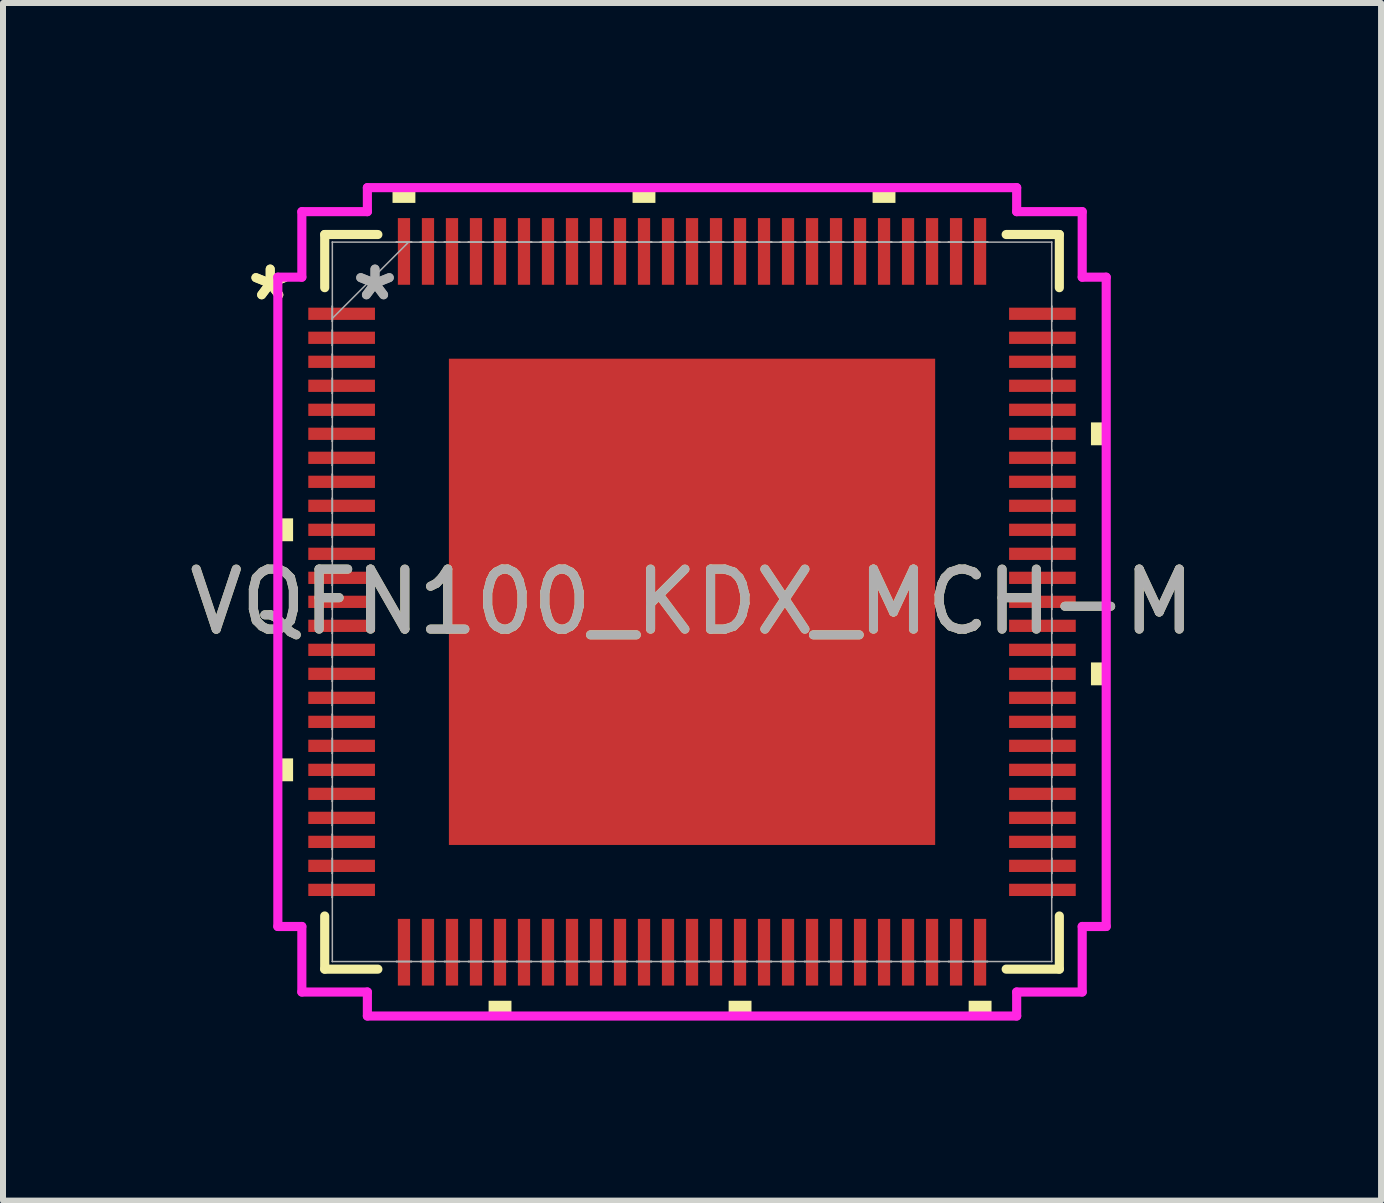
<source format=kicad_pcb>
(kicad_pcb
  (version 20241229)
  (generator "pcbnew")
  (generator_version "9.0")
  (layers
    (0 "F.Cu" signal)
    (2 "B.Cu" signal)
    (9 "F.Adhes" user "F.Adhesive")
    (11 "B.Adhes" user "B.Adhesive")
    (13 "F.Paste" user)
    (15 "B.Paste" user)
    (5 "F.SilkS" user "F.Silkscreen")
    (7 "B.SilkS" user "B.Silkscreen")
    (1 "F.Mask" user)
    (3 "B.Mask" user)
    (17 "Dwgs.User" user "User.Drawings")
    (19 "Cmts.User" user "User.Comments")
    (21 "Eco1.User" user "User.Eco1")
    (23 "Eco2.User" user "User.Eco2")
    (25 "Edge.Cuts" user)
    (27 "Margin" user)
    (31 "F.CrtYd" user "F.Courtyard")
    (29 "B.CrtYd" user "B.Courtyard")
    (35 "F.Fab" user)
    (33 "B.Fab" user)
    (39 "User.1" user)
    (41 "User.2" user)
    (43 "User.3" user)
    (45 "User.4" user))
  (footprint "VQFN100_KDX_MCH-M"
    (layer "F.Cu")
    (at 8.482 6.979)
    (property "Reference" "VQFN100_KDX_MCH-M" (at 0 0 0) (unlocked yes) (layer "F.SilkS") (effects (font (size 1 1) (thickness 0.15))))
    (attr smd)
    (fp_line (start -6.121 -6.121) (end -6.121 -5.235) (stroke (width 0.152) (type solid)) (layer "F.SilkS"))
    (fp_line (start -6.121 5.235) (end -6.121 6.121) (stroke (width 0.152) (type solid)) (layer "F.SilkS"))
    (fp_line (start -6.121 6.121) (end -5.235 6.121) (stroke (width 0.152) (type solid)) (layer "F.SilkS"))
    (fp_line (start -5.235 -6.121) (end -6.121 -6.121) (stroke (width 0.152) (type solid)) (layer "F.SilkS"))
    (fp_line (start 5.235 6.121) (end 6.121 6.121) (stroke (width 0.152) (type solid)) (layer "F.SilkS"))
    (fp_line (start 6.121 -6.121) (end 5.235 -6.121) (stroke (width 0.152) (type solid)) (layer "F.SilkS"))
    (fp_line (start 6.121 -5.235) (end 6.121 -6.121) (stroke (width 0.152) (type solid)) (layer "F.SilkS"))
    (fp_line (start 6.121 6.121) (end 6.121 5.235) (stroke (width 0.152) (type solid)) (layer "F.SilkS"))
    (fp_poly (pts (xy -6.902 -1.391) (xy -6.902 -1.01) (xy -6.648 -1.01) (xy -6.648 -1.391)) (stroke (width 0) (type solid)) (fill yes) (layer "F.SilkS"))
    (fp_poly (pts (xy -6.902 2.609) (xy -6.902 2.99) (xy -6.648 2.99) (xy -6.648 2.609)) (stroke (width 0) (type solid)) (fill yes) (layer "F.SilkS"))
    (fp_poly (pts (xy -4.991 -6.648) (xy -4.991 -6.902) (xy -4.61 -6.902) (xy -4.61 -6.648)) (stroke (width 0) (type solid)) (fill yes) (layer "F.SilkS"))
    (fp_poly (pts (xy -3.39 6.648) (xy -3.39 6.902) (xy -3.009 6.902) (xy -3.009 6.648)) (stroke (width 0) (type solid)) (fill yes) (layer "F.SilkS"))
    (fp_poly (pts (xy -0.991 -6.648) (xy -0.991 -6.902) (xy -0.61 -6.902) (xy -0.61 -6.648)) (stroke (width 0) (type solid)) (fill yes) (layer "F.SilkS"))
    (fp_poly (pts (xy 0.61 6.648) (xy 0.61 6.902) (xy 0.991 6.902) (xy 0.991 6.648)) (stroke (width 0) (type solid)) (fill yes) (layer "F.SilkS"))
    (fp_poly (pts (xy 3.009 -6.648) (xy 3.009 -6.902) (xy 3.39 -6.902) (xy 3.39 -6.648)) (stroke (width 0) (type solid)) (fill yes) (layer "F.SilkS"))
    (fp_poly (pts (xy 4.61 6.648) (xy 4.61 6.902) (xy 4.991 6.902) (xy 4.991 6.648)) (stroke (width 0) (type solid)) (fill yes) (layer "F.SilkS"))
    (fp_poly (pts (xy 6.902 -2.99) (xy 6.902 -2.609) (xy 6.648 -2.609) (xy 6.648 -2.99)) (stroke (width 0) (type solid)) (fill yes) (layer "F.SilkS"))
    (fp_poly (pts (xy 6.902 1.01) (xy 6.902 1.391) (xy 6.648 1.391) (xy 6.648 1.01)) (stroke (width 0) (type solid)) (fill yes) (layer "F.SilkS"))
    (fp_poly (pts (xy -3.951 -3.951) (xy -3.951 -2.801) (xy -2.801 -2.801) (xy -2.801 -3.951)) (stroke (width 0) (type solid)) (fill yes) (layer "F.Paste"))
    (fp_poly (pts (xy -3.951 -2.601) (xy -3.951 -1.45) (xy -2.801 -1.45) (xy -2.801 -2.601)) (stroke (width 0) (type solid)) (fill yes) (layer "F.Paste"))
    (fp_poly (pts (xy -3.951 -1.25) (xy -3.951 -0.1) (xy -2.801 -0.1) (xy -2.801 -1.25)) (stroke (width 0) (type solid)) (fill yes) (layer "F.Paste"))
    (fp_poly (pts (xy -3.951 0.1) (xy -3.951 1.25) (xy -2.801 1.25) (xy -2.801 0.1)) (stroke (width 0) (type solid)) (fill yes) (layer "F.Paste"))
    (fp_poly (pts (xy -3.951 1.45) (xy -3.951 2.601) (xy -2.801 2.601) (xy -2.801 1.45)) (stroke (width 0) (type solid)) (fill yes) (layer "F.Paste"))
    (fp_poly (pts (xy -3.951 2.801) (xy -3.951 3.951) (xy -2.801 3.951) (xy -2.801 2.801)) (stroke (width 0) (type solid)) (fill yes) (layer "F.Paste"))
    (fp_poly (pts (xy -2.601 -3.951) (xy -2.601 -2.801) (xy -1.45 -2.801) (xy -1.45 -3.951)) (stroke (width 0) (type solid)) (fill yes) (layer "F.Paste"))
    (fp_poly (pts (xy -2.601 -2.601) (xy -2.601 -1.45) (xy -1.45 -1.45) (xy -1.45 -2.601)) (stroke (width 0) (type solid)) (fill yes) (layer "F.Paste"))
    (fp_poly (pts (xy -2.601 -1.25) (xy -2.601 -0.1) (xy -1.45 -0.1) (xy -1.45 -1.25)) (stroke (width 0) (type solid)) (fill yes) (layer "F.Paste"))
    (fp_poly (pts (xy -2.601 0.1) (xy -2.601 1.25) (xy -1.45 1.25) (xy -1.45 0.1)) (stroke (width 0) (type solid)) (fill yes) (layer "F.Paste"))
    (fp_poly (pts (xy -2.601 1.45) (xy -2.601 2.601) (xy -1.45 2.601) (xy -1.45 1.45)) (stroke (width 0) (type solid)) (fill yes) (layer "F.Paste"))
    (fp_poly (pts (xy -2.601 2.801) (xy -2.601 3.951) (xy -1.45 3.951) (xy -1.45 2.801)) (stroke (width 0) (type solid)) (fill yes) (layer "F.Paste"))
    (fp_poly (pts (xy -1.25 -3.951) (xy -1.25 -2.801) (xy -0.1 -2.801) (xy -0.1 -3.951)) (stroke (width 0) (type solid)) (fill yes) (layer "F.Paste"))
    (fp_poly (pts (xy -1.25 -2.601) (xy -1.25 -1.45) (xy -0.1 -1.45) (xy -0.1 -2.601)) (stroke (width 0) (type solid)) (fill yes) (layer "F.Paste"))
    (fp_poly (pts (xy -1.25 -1.25) (xy -1.25 -0.1) (xy -0.1 -0.1) (xy -0.1 -1.25)) (stroke (width 0) (type solid)) (fill yes) (layer "F.Paste"))
    (fp_poly (pts (xy -1.25 0.1) (xy -1.25 1.25) (xy -0.1 1.25) (xy -0.1 0.1)) (stroke (width 0) (type solid)) (fill yes) (layer "F.Paste"))
    (fp_poly (pts (xy -1.25 1.45) (xy -1.25 2.601) (xy -0.1 2.601) (xy -0.1 1.45)) (stroke (width 0) (type solid)) (fill yes) (layer "F.Paste"))
    (fp_poly (pts (xy -1.25 2.801) (xy -1.25 3.951) (xy -0.1 3.951) (xy -0.1 2.801)) (stroke (width 0) (type solid)) (fill yes) (layer "F.Paste"))
    (fp_poly (pts (xy 0.1 -3.951) (xy 0.1 -2.801) (xy 1.25 -2.801) (xy 1.25 -3.951)) (stroke (width 0) (type solid)) (fill yes) (layer "F.Paste"))
    (fp_poly (pts (xy 0.1 -2.601) (xy 0.1 -1.45) (xy 1.25 -1.45) (xy 1.25 -2.601)) (stroke (width 0) (type solid)) (fill yes) (layer "F.Paste"))
    (fp_poly (pts (xy 0.1 -1.25) (xy 0.1 -0.1) (xy 1.25 -0.1) (xy 1.25 -1.25)) (stroke (width 0) (type solid)) (fill yes) (layer "F.Paste"))
    (fp_poly (pts (xy 0.1 0.1) (xy 0.1 1.25) (xy 1.25 1.25) (xy 1.25 0.1)) (stroke (width 0) (type solid)) (fill yes) (layer "F.Paste"))
    (fp_poly (pts (xy 0.1 1.45) (xy 0.1 2.601) (xy 1.25 2.601) (xy 1.25 1.45)) (stroke (width 0) (type solid)) (fill yes) (layer "F.Paste"))
    (fp_poly (pts (xy 0.1 2.801) (xy 0.1 3.951) (xy 1.25 3.951) (xy 1.25 2.801)) (stroke (width 0) (type solid)) (fill yes) (layer "F.Paste"))
    (fp_poly (pts (xy 1.45 -3.951) (xy 1.45 -2.801) (xy 2.601 -2.801) (xy 2.601 -3.951)) (stroke (width 0) (type solid)) (fill yes) (layer "F.Paste"))
    (fp_poly (pts (xy 1.45 -2.601) (xy 1.45 -1.45) (xy 2.601 -1.45) (xy 2.601 -2.601)) (stroke (width 0) (type solid)) (fill yes) (layer "F.Paste"))
    (fp_poly (pts (xy 1.45 -1.25) (xy 1.45 -0.1) (xy 2.601 -0.1) (xy 2.601 -1.25)) (stroke (width 0) (type solid)) (fill yes) (layer "F.Paste"))
    (fp_poly (pts (xy 1.45 0.1) (xy 1.45 1.25) (xy 2.601 1.25) (xy 2.601 0.1)) (stroke (width 0) (type solid)) (fill yes) (layer "F.Paste"))
    (fp_poly (pts (xy 1.45 1.45) (xy 1.45 2.601) (xy 2.601 2.601) (xy 2.601 1.45)) (stroke (width 0) (type solid)) (fill yes) (layer "F.Paste"))
    (fp_poly (pts (xy 1.45 2.801) (xy 1.45 3.951) (xy 2.601 3.951) (xy 2.601 2.801)) (stroke (width 0) (type solid)) (fill yes) (layer "F.Paste"))
    (fp_poly (pts (xy 2.801 -3.951) (xy 2.801 -2.801) (xy 3.951 -2.801) (xy 3.951 -3.951)) (stroke (width 0) (type solid)) (fill yes) (layer "F.Paste"))
    (fp_poly (pts (xy 2.801 -2.601) (xy 2.801 -1.45) (xy 3.951 -1.45) (xy 3.951 -2.601)) (stroke (width 0) (type solid)) (fill yes) (layer "F.Paste"))
    (fp_poly (pts (xy 2.801 -1.25) (xy 2.801 -0.1) (xy 3.951 -0.1) (xy 3.951 -1.25)) (stroke (width 0) (type solid)) (fill yes) (layer "F.Paste"))
    (fp_poly (pts (xy 2.801 0.1) (xy 2.801 1.25) (xy 3.951 1.25) (xy 3.951 0.1)) (stroke (width 0) (type solid)) (fill yes) (layer "F.Paste"))
    (fp_poly (pts (xy 2.801 1.45) (xy 2.801 2.601) (xy 3.951 2.601) (xy 3.951 1.45)) (stroke (width 0) (type solid)) (fill yes) (layer "F.Paste"))
    (fp_poly (pts (xy 2.801 2.801) (xy 2.801 3.951) (xy 3.951 3.951) (xy 3.951 2.801)) (stroke (width 0) (type solid)) (fill yes) (layer "F.Paste"))
    (fp_line (start -6.902 -5.41) (end -6.502 -5.41) (stroke (width 0.152) (type solid)) (layer "F.CrtYd"))
    (fp_line (start -6.902 5.41) (end -6.902 -5.41) (stroke (width 0.152) (type solid)) (layer "F.CrtYd"))
    (fp_line (start -6.502 -6.502) (end -5.41 -6.502) (stroke (width 0.152) (type solid)) (layer "F.CrtYd"))
    (fp_line (start -6.502 -5.41) (end -6.502 -6.502) (stroke (width 0.152) (type solid)) (layer "F.CrtYd"))
    (fp_line (start -6.502 5.41) (end -6.902 5.41) (stroke (width 0.152) (type solid)) (layer "F.CrtYd"))
    (fp_line (start -6.502 6.502) (end -6.502 5.41) (stroke (width 0.152) (type solid)) (layer "F.CrtYd"))
    (fp_line (start -5.41 -6.902) (end 5.41 -6.902) (stroke (width 0.152) (type solid)) (layer "F.CrtYd"))
    (fp_line (start -5.41 -6.502) (end -5.41 -6.902) (stroke (width 0.152) (type solid)) (layer "F.CrtYd"))
    (fp_line (start -5.41 6.502) (end -6.502 6.502) (stroke (width 0.152) (type solid)) (layer "F.CrtYd"))
    (fp_line (start -5.41 6.902) (end -5.41 6.502) (stroke (width 0.152) (type solid)) (layer "F.CrtYd"))
    (fp_line (start 5.41 -6.902) (end 5.41 -6.502) (stroke (width 0.152) (type solid)) (layer "F.CrtYd"))
    (fp_line (start 5.41 -6.502) (end 6.502 -6.502) (stroke (width 0.152) (type solid)) (layer "F.CrtYd"))
    (fp_line (start 5.41 6.502) (end 5.41 6.902) (stroke (width 0.152) (type solid)) (layer "F.CrtYd"))
    (fp_line (start 5.41 6.902) (end -5.41 6.902) (stroke (width 0.152) (type solid)) (layer "F.CrtYd"))
    (fp_line (start 6.502 -6.502) (end 6.502 -5.41) (stroke (width 0.152) (type solid)) (layer "F.CrtYd"))
    (fp_line (start 6.502 -5.41) (end 6.902 -5.41) (stroke (width 0.152) (type solid)) (layer "F.CrtYd"))
    (fp_line (start 6.502 5.41) (end 6.502 6.502) (stroke (width 0.152) (type solid)) (layer "F.CrtYd"))
    (fp_line (start 6.502 6.502) (end 5.41 6.502) (stroke (width 0.152) (type solid)) (layer "F.CrtYd"))
    (fp_line (start 6.902 -5.41) (end 6.902 5.41) (stroke (width 0.152) (type solid)) (layer "F.CrtYd"))
    (fp_line (start 6.902 5.41) (end 6.502 5.41) (stroke (width 0.152) (type solid)) (layer "F.CrtYd"))
    (fp_line (start -5.994 -5.994) (end -5.994 -5.994) (stroke (width 0.025) (type solid)) (layer "F.Fab"))
    (fp_line (start -5.994 -5.994) (end -5.994 5.994) (stroke (width 0.025) (type solid)) (layer "F.Fab"))
    (fp_line (start -5.994 -4.927) (end -5.994 -4.927) (stroke (width 0.025) (type solid)) (layer "F.Fab"))
    (fp_line (start -5.994 -4.927) (end -5.994 -4.673) (stroke (width 0.025) (type solid)) (layer "F.Fab"))
    (fp_line (start -5.994 -4.724) (end -4.724 -5.994) (stroke (width 0.025) (type solid)) (layer "F.Fab"))
    (fp_line (start -5.994 -4.673) (end -5.994 -4.927) (stroke (width 0.025) (type solid)) (layer "F.Fab"))
    (fp_line (start -5.994 -4.673) (end -5.994 -4.673) (stroke (width 0.025) (type solid)) (layer "F.Fab"))
    (fp_line (start -5.994 -4.527) (end -5.994 -4.527) (stroke (width 0.025) (type solid)) (layer "F.Fab"))
    (fp_line (start -5.994 -4.527) (end -5.994 -4.273) (stroke (width 0.025) (type solid)) (layer "F.Fab"))
    (fp_line (start -5.994 -4.273) (end -5.994 -4.527) (stroke (width 0.025) (type solid)) (layer "F.Fab"))
    (fp_line (start -5.994 -4.273) (end -5.994 -4.273) (stroke (width 0.025) (type solid)) (layer "F.Fab"))
    (fp_line (start -5.994 -4.127) (end -5.994 -4.127) (stroke (width 0.025) (type solid)) (layer "F.Fab"))
    (fp_line (start -5.994 -4.127) (end -5.994 -3.873) (stroke (width 0.025) (type solid)) (layer "F.Fab"))
    (fp_line (start -5.994 -3.873) (end -5.994 -4.127) (stroke (width 0.025) (type solid)) (layer "F.Fab"))
    (fp_line (start -5.994 -3.873) (end -5.994 -3.873) (stroke (width 0.025) (type solid)) (layer "F.Fab"))
    (fp_line (start -5.994 -3.727) (end -5.994 -3.727) (stroke (width 0.025) (type solid)) (layer "F.Fab"))
    (fp_line (start -5.994 -3.727) (end -5.994 -3.473) (stroke (width 0.025) (type solid)) (layer "F.Fab"))
    (fp_line (start -5.994 -3.473) (end -5.994 -3.727) (stroke (width 0.025) (type solid)) (layer "F.Fab"))
    (fp_line (start -5.994 -3.473) (end -5.994 -3.473) (stroke (width 0.025) (type solid)) (layer "F.Fab"))
    (fp_line (start -5.994 -3.327) (end -5.994 -3.327) (stroke (width 0.025) (type solid)) (layer "F.Fab"))
    (fp_line (start -5.994 -3.327) (end -5.994 -3.073) (stroke (width 0.025) (type solid)) (layer "F.Fab"))
    (fp_line (start -5.994 -3.073) (end -5.994 -3.327) (stroke (width 0.025) (type solid)) (layer "F.Fab"))
    (fp_line (start -5.994 -3.073) (end -5.994 -3.073) (stroke (width 0.025) (type solid)) (layer "F.Fab"))
    (fp_line (start -5.994 -2.927) (end -5.994 -2.927) (stroke (width 0.025) (type solid)) (layer "F.Fab"))
    (fp_line (start -5.994 -2.927) (end -5.994 -2.673) (stroke (width 0.025) (type solid)) (layer "F.Fab"))
    (fp_line (start -5.994 -2.673) (end -5.994 -2.927) (stroke (width 0.025) (type solid)) (layer "F.Fab"))
    (fp_line (start -5.994 -2.673) (end -5.994 -2.673) (stroke (width 0.025) (type solid)) (layer "F.Fab"))
    (fp_line (start -5.994 -2.527) (end -5.994 -2.527) (stroke (width 0.025) (type solid)) (layer "F.Fab"))
    (fp_line (start -5.994 -2.527) (end -5.994 -2.273) (stroke (width 0.025) (type solid)) (layer "F.Fab"))
    (fp_line (start -5.994 -2.273) (end -5.994 -2.527) (stroke (width 0.025) (type solid)) (layer "F.Fab"))
    (fp_line (start -5.994 -2.273) (end -5.994 -2.273) (stroke (width 0.025) (type solid)) (layer "F.Fab"))
    (fp_line (start -5.994 -2.127) (end -5.994 -2.127) (stroke (width 0.025) (type solid)) (layer "F.Fab"))
    (fp_line (start -5.994 -2.127) (end -5.994 -1.873) (stroke (width 0.025) (type solid)) (layer "F.Fab"))
    (fp_line (start -5.994 -1.873) (end -5.994 -2.127) (stroke (width 0.025) (type solid)) (layer "F.Fab"))
    (fp_line (start -5.994 -1.873) (end -5.994 -1.873) (stroke (width 0.025) (type solid)) (layer "F.Fab"))
    (fp_line (start -5.994 -1.727) (end -5.994 -1.727) (stroke (width 0.025) (type solid)) (layer "F.Fab"))
    (fp_line (start -5.994 -1.727) (end -5.994 -1.473) (stroke (width 0.025) (type solid)) (layer "F.Fab"))
    (fp_line (start -5.994 -1.473) (end -5.994 -1.727) (stroke (width 0.025) (type solid)) (layer "F.Fab"))
    (fp_line (start -5.994 -1.473) (end -5.994 -1.473) (stroke (width 0.025) (type solid)) (layer "F.Fab"))
    (fp_line (start -5.994 -1.327) (end -5.994 -1.327) (stroke (width 0.025) (type solid)) (layer "F.Fab"))
    (fp_line (start -5.994 -1.327) (end -5.994 -1.073) (stroke (width 0.025) (type solid)) (layer "F.Fab"))
    (fp_line (start -5.994 -1.073) (end -5.994 -1.327) (stroke (width 0.025) (type solid)) (layer "F.Fab"))
    (fp_line (start -5.994 -1.073) (end -5.994 -1.073) (stroke (width 0.025) (type solid)) (layer "F.Fab"))
    (fp_line (start -5.994 -0.927) (end -5.994 -0.927) (stroke (width 0.025) (type solid)) (layer "F.Fab"))
    (fp_line (start -5.994 -0.927) (end -5.994 -0.673) (stroke (width 0.025) (type solid)) (layer "F.Fab"))
    (fp_line (start -5.994 -0.673) (end -5.994 -0.927) (stroke (width 0.025) (type solid)) (layer "F.Fab"))
    (fp_line (start -5.994 -0.673) (end -5.994 -0.673) (stroke (width 0.025) (type solid)) (layer "F.Fab"))
    (fp_line (start -5.994 -0.527) (end -5.994 -0.527) (stroke (width 0.025) (type solid)) (layer "F.Fab"))
    (fp_line (start -5.994 -0.527) (end -5.994 -0.273) (stroke (width 0.025) (type solid)) (layer "F.Fab"))
    (fp_line (start -5.994 -0.273) (end -5.994 -0.527) (stroke (width 0.025) (type solid)) (layer "F.Fab"))
    (fp_line (start -5.994 -0.273) (end -5.994 -0.273) (stroke (width 0.025) (type solid)) (layer "F.Fab"))
    (fp_line (start -5.994 -0.127) (end -5.994 -0.127) (stroke (width 0.025) (type solid)) (layer "F.Fab"))
    (fp_line (start -5.994 -0.127) (end -5.994 0.127) (stroke (width 0.025) (type solid)) (layer "F.Fab"))
    (fp_line (start -5.994 0.127) (end -5.994 -0.127) (stroke (width 0.025) (type solid)) (layer "F.Fab"))
    (fp_line (start -5.994 0.127) (end -5.994 0.127) (stroke (width 0.025) (type solid)) (layer "F.Fab"))
    (fp_line (start -5.994 0.273) (end -5.994 0.273) (stroke (width 0.025) (type solid)) (layer "F.Fab"))
    (fp_line (start -5.994 0.273) (end -5.994 0.527) (stroke (width 0.025) (type solid)) (layer "F.Fab"))
    (fp_line (start -5.994 0.527) (end -5.994 0.273) (stroke (width 0.025) (type solid)) (layer "F.Fab"))
    (fp_line (start -5.994 0.527) (end -5.994 0.527) (stroke (width 0.025) (type solid)) (layer "F.Fab"))
    (fp_line (start -5.994 0.673) (end -5.994 0.673) (stroke (width 0.025) (type solid)) (layer "F.Fab"))
    (fp_line (start -5.994 0.673) (end -5.994 0.927) (stroke (width 0.025) (type solid)) (layer "F.Fab"))
    (fp_line (start -5.994 0.927) (end -5.994 0.673) (stroke (width 0.025) (type solid)) (layer "F.Fab"))
    (fp_line (start -5.994 0.927) (end -5.994 0.927) (stroke (width 0.025) (type solid)) (layer "F.Fab"))
    (fp_line (start -5.994 1.073) (end -5.994 1.073) (stroke (width 0.025) (type solid)) (layer "F.Fab"))
    (fp_line (start -5.994 1.073) (end -5.994 1.327) (stroke (width 0.025) (type solid)) (layer "F.Fab"))
    (fp_line (start -5.994 1.327) (end -5.994 1.073) (stroke (width 0.025) (type solid)) (layer "F.Fab"))
    (fp_line (start -5.994 1.327) (end -5.994 1.327) (stroke (width 0.025) (type solid)) (layer "F.Fab"))
    (fp_line (start -5.994 1.473) (end -5.994 1.473) (stroke (width 0.025) (type solid)) (layer "F.Fab"))
    (fp_line (start -5.994 1.473) (end -5.994 1.727) (stroke (width 0.025) (type solid)) (layer "F.Fab"))
    (fp_line (start -5.994 1.727) (end -5.994 1.473) (stroke (width 0.025) (type solid)) (layer "F.Fab"))
    (fp_line (start -5.994 1.727) (end -5.994 1.727) (stroke (width 0.025) (type solid)) (layer "F.Fab"))
    (fp_line (start -5.994 1.873) (end -5.994 1.873) (stroke (width 0.025) (type solid)) (layer "F.Fab"))
    (fp_line (start -5.994 1.873) (end -5.994 2.127) (stroke (width 0.025) (type solid)) (layer "F.Fab"))
    (fp_line (start -5.994 2.127) (end -5.994 1.873) (stroke (width 0.025) (type solid)) (layer "F.Fab"))
    (fp_line (start -5.994 2.127) (end -5.994 2.127) (stroke (width 0.025) (type solid)) (layer "F.Fab"))
    (fp_line (start -5.994 2.273) (end -5.994 2.273) (stroke (width 0.025) (type solid)) (layer "F.Fab"))
    (fp_line (start -5.994 2.273) (end -5.994 2.527) (stroke (width 0.025) (type solid)) (layer "F.Fab"))
    (fp_line (start -5.994 2.527) (end -5.994 2.273) (stroke (width 0.025) (type solid)) (layer "F.Fab"))
    (fp_line (start -5.994 2.527) (end -5.994 2.527) (stroke (width 0.025) (type solid)) (layer "F.Fab"))
    (fp_line (start -5.994 2.673) (end -5.994 2.673) (stroke (width 0.025) (type solid)) (layer "F.Fab"))
    (fp_line (start -5.994 2.673) (end -5.994 2.927) (stroke (width 0.025) (type solid)) (layer "F.Fab"))
    (fp_line (start -5.994 2.927) (end -5.994 2.673) (stroke (width 0.025) (type solid)) (layer "F.Fab"))
    (fp_line (start -5.994 2.927) (end -5.994 2.927) (stroke (width 0.025) (type solid)) (layer "F.Fab"))
    (fp_line (start -5.994 3.073) (end -5.994 3.073) (stroke (width 0.025) (type solid)) (layer "F.Fab"))
    (fp_line (start -5.994 3.073) (end -5.994 3.327) (stroke (width 0.025) (type solid)) (layer "F.Fab"))
    (fp_line (start -5.994 3.327) (end -5.994 3.073) (stroke (width 0.025) (type solid)) (layer "F.Fab"))
    (fp_line (start -5.994 3.327) (end -5.994 3.327) (stroke (width 0.025) (type solid)) (layer "F.Fab"))
    (fp_line (start -5.994 3.473) (end -5.994 3.473) (stroke (width 0.025) (type solid)) (layer "F.Fab"))
    (fp_line (start -5.994 3.473) (end -5.994 3.727) (stroke (width 0.025) (type solid)) (layer "F.Fab"))
    (fp_line (start -5.994 3.727) (end -5.994 3.473) (stroke (width 0.025) (type solid)) (layer "F.Fab"))
    (fp_line (start -5.994 3.727) (end -5.994 3.727) (stroke (width 0.025) (type solid)) (layer "F.Fab"))
    (fp_line (start -5.994 3.873) (end -5.994 3.873) (stroke (width 0.025) (type solid)) (layer "F.Fab"))
    (fp_line (start -5.994 3.873) (end -5.994 4.127) (stroke (width 0.025) (type solid)) (layer "F.Fab"))
    (fp_line (start -5.994 4.127) (end -5.994 3.873) (stroke (width 0.025) (type solid)) (layer "F.Fab"))
    (fp_line (start -5.994 4.127) (end -5.994 4.127) (stroke (width 0.025) (type solid)) (layer "F.Fab"))
    (fp_line (start -5.994 4.273) (end -5.994 4.273) (stroke (width 0.025) (type solid)) (layer "F.Fab"))
    (fp_line (start -5.994 4.273) (end -5.994 4.527) (stroke (width 0.025) (type solid)) (layer "F.Fab"))
    (fp_line (start -5.994 4.527) (end -5.994 4.273) (stroke (width 0.025) (type solid)) (layer "F.Fab"))
    (fp_line (start -5.994 4.527) (end -5.994 4.527) (stroke (width 0.025) (type solid)) (layer "F.Fab"))
    (fp_line (start -5.994 4.673) (end -5.994 4.673) (stroke (width 0.025) (type solid)) (layer "F.Fab"))
    (fp_line (start -5.994 4.673) (end -5.994 4.927) (stroke (width 0.025) (type solid)) (layer "F.Fab"))
    (fp_line (start -5.994 4.927) (end -5.994 4.673) (stroke (width 0.025) (type solid)) (layer "F.Fab"))
    (fp_line (start -5.994 4.927) (end -5.994 4.927) (stroke (width 0.025) (type solid)) (layer "F.Fab"))
    (fp_line (start -5.994 5.994) (end -5.994 5.994) (stroke (width 0.025) (type solid)) (layer "F.Fab"))
    (fp_line (start -5.994 5.994) (end 5.994 5.994) (stroke (width 0.025) (type solid)) (layer "F.Fab"))
    (fp_line (start -4.927 5.994) (end -4.927 5.994) (stroke (width 0.025) (type solid)) (layer "F.Fab"))
    (fp_line (start -4.927 5.994) (end -4.673 5.994) (stroke (width 0.025) (type solid)) (layer "F.Fab"))
    (fp_line (start -4.927 -5.994) (end -4.927 -5.994) (stroke (width 0.025) (type solid)) (layer "F.Fab"))
    (fp_line (start -4.927 -5.994) (end -4.673 -5.994) (stroke (width 0.025) (type solid)) (layer "F.Fab"))
    (fp_line (start -4.673 5.994) (end -4.927 5.994) (stroke (width 0.025) (type solid)) (layer "F.Fab"))
    (fp_line (start -4.673 5.994) (end -4.673 5.994) (stroke (width 0.025) (type solid)) (layer "F.Fab"))
    (fp_line (start -4.673 -5.994) (end -4.927 -5.994) (stroke (width 0.025) (type solid)) (layer "F.Fab"))
    (fp_line (start -4.673 -5.994) (end -4.673 -5.994) (stroke (width 0.025) (type solid)) (layer "F.Fab"))
    (fp_line (start -4.527 5.994) (end -4.527 5.994) (stroke (width 0.025) (type solid)) (layer "F.Fab"))
    (fp_line (start -4.527 5.994) (end -4.273 5.994) (stroke (width 0.025) (type solid)) (layer "F.Fab"))
    (fp_line (start -4.527 -5.994) (end -4.527 -5.994) (stroke (width 0.025) (type solid)) (layer "F.Fab"))
    (fp_line (start -4.527 -5.994) (end -4.273 -5.994) (stroke (width 0.025) (type solid)) (layer "F.Fab"))
    (fp_line (start -4.273 5.994) (end -4.527 5.994) (stroke (width 0.025) (type solid)) (layer "F.Fab"))
    (fp_line (start -4.273 5.994) (end -4.273 5.994) (stroke (width 0.025) (type solid)) (layer "F.Fab"))
    (fp_line (start -4.273 -5.994) (end -4.527 -5.994) (stroke (width 0.025) (type solid)) (layer "F.Fab"))
    (fp_line (start -4.273 -5.994) (end -4.273 -5.994) (stroke (width 0.025) (type solid)) (layer "F.Fab"))
    (fp_line (start -4.127 5.994) (end -4.127 5.994) (stroke (width 0.025) (type solid)) (layer "F.Fab"))
    (fp_line (start -4.127 5.994) (end -3.873 5.994) (stroke (width 0.025) (type solid)) (layer "F.Fab"))
    (fp_line (start -4.127 -5.994) (end -4.127 -5.994) (stroke (width 0.025) (type solid)) (layer "F.Fab"))
    (fp_line (start -4.127 -5.994) (end -3.873 -5.994) (stroke (width 0.025) (type solid)) (layer "F.Fab"))
    (fp_line (start -3.873 5.994) (end -4.127 5.994) (stroke (width 0.025) (type solid)) (layer "F.Fab"))
    (fp_line (start -3.873 5.994) (end -3.873 5.994) (stroke (width 0.025) (type solid)) (layer "F.Fab"))
    (fp_line (start -3.873 -5.994) (end -4.127 -5.994) (stroke (width 0.025) (type solid)) (layer "F.Fab"))
    (fp_line (start -3.873 -5.994) (end -3.873 -5.994) (stroke (width 0.025) (type solid)) (layer "F.Fab"))
    (fp_line (start -3.727 5.994) (end -3.727 5.994) (stroke (width 0.025) (type solid)) (layer "F.Fab"))
    (fp_line (start -3.727 5.994) (end -3.473 5.994) (stroke (width 0.025) (type solid)) (layer "F.Fab"))
    (fp_line (start -3.727 -5.994) (end -3.727 -5.994) (stroke (width 0.025) (type solid)) (layer "F.Fab"))
    (fp_line (start -3.727 -5.994) (end -3.473 -5.994) (stroke (width 0.025) (type solid)) (layer "F.Fab"))
    (fp_line (start -3.473 5.994) (end -3.727 5.994) (stroke (width 0.025) (type solid)) (layer "F.Fab"))
    (fp_line (start -3.473 5.994) (end -3.473 5.994) (stroke (width 0.025) (type solid)) (layer "F.Fab"))
    (fp_line (start -3.473 -5.994) (end -3.727 -5.994) (stroke (width 0.025) (type solid)) (layer "F.Fab"))
    (fp_line (start -3.473 -5.994) (end -3.473 -5.994) (stroke (width 0.025) (type solid)) (layer "F.Fab"))
    (fp_line (start -3.327 5.994) (end -3.327 5.994) (stroke (width 0.025) (type solid)) (layer "F.Fab"))
    (fp_line (start -3.327 5.994) (end -3.073 5.994) (stroke (width 0.025) (type solid)) (layer "F.Fab"))
    (fp_line (start -3.327 -5.994) (end -3.327 -5.994) (stroke (width 0.025) (type solid)) (layer "F.Fab"))
    (fp_line (start -3.327 -5.994) (end -3.073 -5.994) (stroke (width 0.025) (type solid)) (layer "F.Fab"))
    (fp_line (start -3.073 5.994) (end -3.327 5.994) (stroke (width 0.025) (type solid)) (layer "F.Fab"))
    (fp_line (start -3.073 5.994) (end -3.073 5.994) (stroke (width 0.025) (type solid)) (layer "F.Fab"))
    (fp_line (start -3.073 -5.994) (end -3.327 -5.994) (stroke (width 0.025) (type solid)) (layer "F.Fab"))
    (fp_line (start -3.073 -5.994) (end -3.073 -5.994) (stroke (width 0.025) (type solid)) (layer "F.Fab"))
    (fp_line (start -2.927 5.994) (end -2.927 5.994) (stroke (width 0.025) (type solid)) (layer "F.Fab"))
    (fp_line (start -2.927 5.994) (end -2.673 5.994) (stroke (width 0.025) (type solid)) (layer "F.Fab"))
    (fp_line (start -2.927 -5.994) (end -2.927 -5.994) (stroke (width 0.025) (type solid)) (layer "F.Fab"))
    (fp_line (start -2.927 -5.994) (end -2.673 -5.994) (stroke (width 0.025) (type solid)) (layer "F.Fab"))
    (fp_line (start -2.673 5.994) (end -2.927 5.994) (stroke (width 0.025) (type solid)) (layer "F.Fab"))
    (fp_line (start -2.673 5.994) (end -2.673 5.994) (stroke (width 0.025) (type solid)) (layer "F.Fab"))
    (fp_line (start -2.673 -5.994) (end -2.927 -5.994) (stroke (width 0.025) (type solid)) (layer "F.Fab"))
    (fp_line (start -2.673 -5.994) (end -2.673 -5.994) (stroke (width 0.025) (type solid)) (layer "F.Fab"))
    (fp_line (start -2.527 -5.994) (end -2.527 -5.994) (stroke (width 0.025) (type solid)) (layer "F.Fab"))
    (fp_line (start -2.527 -5.994) (end -2.273 -5.994) (stroke (width 0.025) (type solid)) (layer "F.Fab"))
    (fp_line (start -2.527 5.994) (end -2.527 5.994) (stroke (width 0.025) (type solid)) (layer "F.Fab"))
    (fp_line (start -2.527 5.994) (end -2.273 5.994) (stroke (width 0.025) (type solid)) (layer "F.Fab"))
    (fp_line (start -2.273 -5.994) (end -2.527 -5.994) (stroke (width 0.025) (type solid)) (layer "F.Fab"))
    (fp_line (start -2.273 -5.994) (end -2.273 -5.994) (stroke (width 0.025) (type solid)) (layer "F.Fab"))
    (fp_line (start -2.273 5.994) (end -2.527 5.994) (stroke (width 0.025) (type solid)) (layer "F.Fab"))
    (fp_line (start -2.273 5.994) (end -2.273 5.994) (stroke (width 0.025) (type solid)) (layer "F.Fab"))
    (fp_line (start -2.127 -5.994) (end -2.127 -5.994) (stroke (width 0.025) (type solid)) (layer "F.Fab"))
    (fp_line (start -2.127 -5.994) (end -1.873 -5.994) (stroke (width 0.025) (type solid)) (layer "F.Fab"))
    (fp_line (start -2.127 5.994) (end -2.127 5.994) (stroke (width 0.025) (type solid)) (layer "F.Fab"))
    (fp_line (start -2.127 5.994) (end -1.873 5.994) (stroke (width 0.025) (type solid)) (layer "F.Fab"))
    (fp_line (start -1.873 -5.994) (end -2.127 -5.994) (stroke (width 0.025) (type solid)) (layer "F.Fab"))
    (fp_line (start -1.873 -5.994) (end -1.873 -5.994) (stroke (width 0.025) (type solid)) (layer "F.Fab"))
    (fp_line (start -1.873 5.994) (end -2.127 5.994) (stroke (width 0.025) (type solid)) (layer "F.Fab"))
    (fp_line (start -1.873 5.994) (end -1.873 5.994) (stroke (width 0.025) (type solid)) (layer "F.Fab"))
    (fp_line (start -1.727 -5.994) (end -1.727 -5.994) (stroke (width 0.025) (type solid)) (layer "F.Fab"))
    (fp_line (start -1.727 -5.994) (end -1.473 -5.994) (stroke (width 0.025) (type solid)) (layer "F.Fab"))
    (fp_line (start -1.727 5.994) (end -1.727 5.994) (stroke (width 0.025) (type solid)) (layer "F.Fab"))
    (fp_line (start -1.727 5.994) (end -1.473 5.994) (stroke (width 0.025) (type solid)) (layer "F.Fab"))
    (fp_line (start -1.473 -5.994) (end -1.727 -5.994) (stroke (width 0.025) (type solid)) (layer "F.Fab"))
    (fp_line (start -1.473 -5.994) (end -1.473 -5.994) (stroke (width 0.025) (type solid)) (layer "F.Fab"))
    (fp_line (start -1.473 5.994) (end -1.727 5.994) (stroke (width 0.025) (type solid)) (layer "F.Fab"))
    (fp_line (start -1.473 5.994) (end -1.473 5.994) (stroke (width 0.025) (type solid)) (layer "F.Fab"))
    (fp_line (start -1.327 -5.994) (end -1.327 -5.994) (stroke (width 0.025) (type solid)) (layer "F.Fab"))
    (fp_line (start -1.327 -5.994) (end -1.073 -5.994) (stroke (width 0.025) (type solid)) (layer "F.Fab"))
    (fp_line (start -1.327 5.994) (end -1.327 5.994) (stroke (width 0.025) (type solid)) (layer "F.Fab"))
    (fp_line (start -1.327 5.994) (end -1.073 5.994) (stroke (width 0.025) (type solid)) (layer "F.Fab"))
    (fp_line (start -1.073 -5.994) (end -1.327 -5.994) (stroke (width 0.025) (type solid)) (layer "F.Fab"))
    (fp_line (start -1.073 -5.994) (end -1.073 -5.994) (stroke (width 0.025) (type solid)) (layer "F.Fab"))
    (fp_line (start -1.073 5.994) (end -1.327 5.994) (stroke (width 0.025) (type solid)) (layer "F.Fab"))
    (fp_line (start -1.073 5.994) (end -1.073 5.994) (stroke (width 0.025) (type solid)) (layer "F.Fab"))
    (fp_line (start -0.927 -5.994) (end -0.927 -5.994) (stroke (width 0.025) (type solid)) (layer "F.Fab"))
    (fp_line (start -0.927 -5.994) (end -0.673 -5.994) (stroke (width 0.025) (type solid)) (layer "F.Fab"))
    (fp_line (start -0.927 5.994) (end -0.927 5.994) (stroke (width 0.025) (type solid)) (layer "F.Fab"))
    (fp_line (start -0.927 5.994) (end -0.673 5.994) (stroke (width 0.025) (type solid)) (layer "F.Fab"))
    (fp_line (start -0.673 -5.994) (end -0.927 -5.994) (stroke (width 0.025) (type solid)) (layer "F.Fab"))
    (fp_line (start -0.673 -5.994) (end -0.673 -5.994) (stroke (width 0.025) (type solid)) (layer "F.Fab"))
    (fp_line (start -0.673 5.994) (end -0.927 5.994) (stroke (width 0.025) (type solid)) (layer "F.Fab"))
    (fp_line (start -0.673 5.994) (end -0.673 5.994) (stroke (width 0.025) (type solid)) (layer "F.Fab"))
    (fp_line (start -0.527 -5.994) (end -0.527 -5.994) (stroke (width 0.025) (type solid)) (layer "F.Fab"))
    (fp_line (start -0.527 -5.994) (end -0.273 -5.994) (stroke (width 0.025) (type solid)) (layer "F.Fab"))
    (fp_line (start -0.527 5.994) (end -0.527 5.994) (stroke (width 0.025) (type solid)) (layer "F.Fab"))
    (fp_line (start -0.527 5.994) (end -0.273 5.994) (stroke (width 0.025) (type solid)) (layer "F.Fab"))
    (fp_line (start -0.273 -5.994) (end -0.527 -5.994) (stroke (width 0.025) (type solid)) (layer "F.Fab"))
    (fp_line (start -0.273 -5.994) (end -0.273 -5.994) (stroke (width 0.025) (type solid)) (layer "F.Fab"))
    (fp_line (start -0.273 5.994) (end -0.527 5.994) (stroke (width 0.025) (type solid)) (layer "F.Fab"))
    (fp_line (start -0.273 5.994) (end -0.273 5.994) (stroke (width 0.025) (type solid)) (layer "F.Fab"))
    (fp_line (start -0.127 -5.994) (end -0.127 -5.994) (stroke (width 0.025) (type solid)) (layer "F.Fab"))
    (fp_line (start -0.127 -5.994) (end 0.127 -5.994) (stroke (width 0.025) (type solid)) (layer "F.Fab"))
    (fp_line (start -0.127 5.994) (end -0.127 5.994) (stroke (width 0.025) (type solid)) (layer "F.Fab"))
    (fp_line (start -0.127 5.994) (end 0.127 5.994) (stroke (width 0.025) (type solid)) (layer "F.Fab"))
    (fp_line (start 0.127 -5.994) (end -0.127 -5.994) (stroke (width 0.025) (type solid)) (layer "F.Fab"))
    (fp_line (start 0.127 -5.994) (end 0.127 -5.994) (stroke (width 0.025) (type solid)) (layer "F.Fab"))
    (fp_line (start 0.127 5.994) (end -0.127 5.994) (stroke (width 0.025) (type solid)) (layer "F.Fab"))
    (fp_line (start 0.127 5.994) (end 0.127 5.994) (stroke (width 0.025) (type solid)) (layer "F.Fab"))
    (fp_line (start 0.273 -5.994) (end 0.273 -5.994) (stroke (width 0.025) (type solid)) (layer "F.Fab"))
    (fp_line (start 0.273 -5.994) (end 0.527 -5.994) (stroke (width 0.025) (type solid)) (layer "F.Fab"))
    (fp_line (start 0.273 5.994) (end 0.273 5.994) (stroke (width 0.025) (type solid)) (layer "F.Fab"))
    (fp_line (start 0.273 5.994) (end 0.527 5.994) (stroke (width 0.025) (type solid)) (layer "F.Fab"))
    (fp_line (start 0.527 -5.994) (end 0.273 -5.994) (stroke (width 0.025) (type solid)) (layer "F.Fab"))
    (fp_line (start 0.527 -5.994) (end 0.527 -5.994) (stroke (width 0.025) (type solid)) (layer "F.Fab"))
    (fp_line (start 0.527 5.994) (end 0.273 5.994) (stroke (width 0.025) (type solid)) (layer "F.Fab"))
    (fp_line (start 0.527 5.994) (end 0.527 5.994) (stroke (width 0.025) (type solid)) (layer "F.Fab"))
    (fp_line (start 0.673 -5.994) (end 0.673 -5.994) (stroke (width 0.025) (type solid)) (layer "F.Fab"))
    (fp_line (start 0.673 -5.994) (end 0.927 -5.994) (stroke (width 0.025) (type solid)) (layer "F.Fab"))
    (fp_line (start 0.673 5.994) (end 0.673 5.994) (stroke (width 0.025) (type solid)) (layer "F.Fab"))
    (fp_line (start 0.673 5.994) (end 0.927 5.994) (stroke (width 0.025) (type solid)) (layer "F.Fab"))
    (fp_line (start 0.927 -5.994) (end 0.673 -5.994) (stroke (width 0.025) (type solid)) (layer "F.Fab"))
    (fp_line (start 0.927 -5.994) (end 0.927 -5.994) (stroke (width 0.025) (type solid)) (layer "F.Fab"))
    (fp_line (start 0.927 5.994) (end 0.673 5.994) (stroke (width 0.025) (type solid)) (layer "F.Fab"))
    (fp_line (start 0.927 5.994) (end 0.927 5.994) (stroke (width 0.025) (type solid)) (layer "F.Fab"))
    (fp_line (start 1.073 -5.994) (end 1.073 -5.994) (stroke (width 0.025) (type solid)) (layer "F.Fab"))
    (fp_line (start 1.073 -5.994) (end 1.327 -5.994) (stroke (width 0.025) (type solid)) (layer "F.Fab"))
    (fp_line (start 1.073 5.994) (end 1.073 5.994) (stroke (width 0.025) (type solid)) (layer "F.Fab"))
    (fp_line (start 1.073 5.994) (end 1.327 5.994) (stroke (width 0.025) (type solid)) (layer "F.Fab"))
    (fp_line (start 1.327 -5.994) (end 1.073 -5.994) (stroke (width 0.025) (type solid)) (layer "F.Fab"))
    (fp_line (start 1.327 -5.994) (end 1.327 -5.994) (stroke (width 0.025) (type solid)) (layer "F.Fab"))
    (fp_line (start 1.327 5.994) (end 1.073 5.994) (stroke (width 0.025) (type solid)) (layer "F.Fab"))
    (fp_line (start 1.327 5.994) (end 1.327 5.994) (stroke (width 0.025) (type solid)) (layer "F.Fab"))
    (fp_line (start 1.473 -5.994) (end 1.473 -5.994) (stroke (width 0.025) (type solid)) (layer "F.Fab"))
    (fp_line (start 1.473 -5.994) (end 1.727 -5.994) (stroke (width 0.025) (type solid)) (layer "F.Fab"))
    (fp_line (start 1.473 5.994) (end 1.473 5.994) (stroke (width 0.025) (type solid)) (layer "F.Fab"))
    (fp_line (start 1.473 5.994) (end 1.727 5.994) (stroke (width 0.025) (type solid)) (layer "F.Fab"))
    (fp_line (start 1.727 -5.994) (end 1.473 -5.994) (stroke (width 0.025) (type solid)) (layer "F.Fab"))
    (fp_line (start 1.727 -5.994) (end 1.727 -5.994) (stroke (width 0.025) (type solid)) (layer "F.Fab"))
    (fp_line (start 1.727 5.994) (end 1.473 5.994) (stroke (width 0.025) (type solid)) (layer "F.Fab"))
    (fp_line (start 1.727 5.994) (end 1.727 5.994) (stroke (width 0.025) (type solid)) (layer "F.Fab"))
    (fp_line (start 1.873 -5.994) (end 1.873 -5.994) (stroke (width 0.025) (type solid)) (layer "F.Fab"))
    (fp_line (start 1.873 -5.994) (end 2.127 -5.994) (stroke (width 0.025) (type solid)) (layer "F.Fab"))
    (fp_line (start 1.873 5.994) (end 1.873 5.994) (stroke (width 0.025) (type solid)) (layer "F.Fab"))
    (fp_line (start 1.873 5.994) (end 2.127 5.994) (stroke (width 0.025) (type solid)) (layer "F.Fab"))
    (fp_line (start 2.127 -5.994) (end 1.873 -5.994) (stroke (width 0.025) (type solid)) (layer "F.Fab"))
    (fp_line (start 2.127 -5.994) (end 2.127 -5.994) (stroke (width 0.025) (type solid)) (layer "F.Fab"))
    (fp_line (start 2.127 5.994) (end 1.873 5.994) (stroke (width 0.025) (type solid)) (layer "F.Fab"))
    (fp_line (start 2.127 5.994) (end 2.127 5.994) (stroke (width 0.025) (type solid)) (layer "F.Fab"))
    (fp_line (start 2.273 -5.994) (end 2.273 -5.994) (stroke (width 0.025) (type solid)) (layer "F.Fab"))
    (fp_line (start 2.273 -5.994) (end 2.527 -5.994) (stroke (width 0.025) (type solid)) (layer "F.Fab"))
    (fp_line (start 2.273 5.994) (end 2.273 5.994) (stroke (width 0.025) (type solid)) (layer "F.Fab"))
    (fp_line (start 2.273 5.994) (end 2.527 5.994) (stroke (width 0.025) (type solid)) (layer "F.Fab"))
    (fp_line (start 2.527 -5.994) (end 2.273 -5.994) (stroke (width 0.025) (type solid)) (layer "F.Fab"))
    (fp_line (start 2.527 -5.994) (end 2.527 -5.994) (stroke (width 0.025) (type solid)) (layer "F.Fab"))
    (fp_line (start 2.527 5.994) (end 2.273 5.994) (stroke (width 0.025) (type solid)) (layer "F.Fab"))
    (fp_line (start 2.527 5.994) (end 2.527 5.994) (stroke (width 0.025) (type solid)) (layer "F.Fab"))
    (fp_line (start 2.673 5.994) (end 2.673 5.994) (stroke (width 0.025) (type solid)) (layer "F.Fab"))
    (fp_line (start 2.673 5.994) (end 2.927 5.994) (stroke (width 0.025) (type solid)) (layer "F.Fab"))
    (fp_line (start 2.673 -5.994) (end 2.673 -5.994) (stroke (width 0.025) (type solid)) (layer "F.Fab"))
    (fp_line (start 2.673 -5.994) (end 2.927 -5.994) (stroke (width 0.025) (type solid)) (layer "F.Fab"))
    (fp_line (start 2.927 5.994) (end 2.673 5.994) (stroke (width 0.025) (type solid)) (layer "F.Fab"))
    (fp_line (start 2.927 5.994) (end 2.927 5.994) (stroke (width 0.025) (type solid)) (layer "F.Fab"))
    (fp_line (start 2.927 -5.994) (end 2.673 -5.994) (stroke (width 0.025) (type solid)) (layer "F.Fab"))
    (fp_line (start 2.927 -5.994) (end 2.927 -5.994) (stroke (width 0.025) (type solid)) (layer "F.Fab"))
    (fp_line (start 3.073 5.994) (end 3.073 5.994) (stroke (width 0.025) (type solid)) (layer "F.Fab"))
    (fp_line (start 3.073 5.994) (end 3.327 5.994) (stroke (width 0.025) (type solid)) (layer "F.Fab"))
    (fp_line (start 3.073 -5.994) (end 3.073 -5.994) (stroke (width 0.025) (type solid)) (layer "F.Fab"))
    (fp_line (start 3.073 -5.994) (end 3.327 -5.994) (stroke (width 0.025) (type solid)) (layer "F.Fab"))
    (fp_line (start 3.327 5.994) (end 3.073 5.994) (stroke (width 0.025) (type solid)) (layer "F.Fab"))
    (fp_line (start 3.327 5.994) (end 3.327 5.994) (stroke (width 0.025) (type solid)) (layer "F.Fab"))
    (fp_line (start 3.327 -5.994) (end 3.073 -5.994) (stroke (width 0.025) (type solid)) (layer "F.Fab"))
    (fp_line (start 3.327 -5.994) (end 3.327 -5.994) (stroke (width 0.025) (type solid)) (layer "F.Fab"))
    (fp_line (start 3.473 5.994) (end 3.473 5.994) (stroke (width 0.025) (type solid)) (layer "F.Fab"))
    (fp_line (start 3.473 5.994) (end 3.727 5.994) (stroke (width 0.025) (type solid)) (layer "F.Fab"))
    (fp_line (start 3.473 -5.994) (end 3.473 -5.994) (stroke (width 0.025) (type solid)) (layer "F.Fab"))
    (fp_line (start 3.473 -5.994) (end 3.727 -5.994) (stroke (width 0.025) (type solid)) (layer "F.Fab"))
    (fp_line (start 3.727 5.994) (end 3.473 5.994) (stroke (width 0.025) (type solid)) (layer "F.Fab"))
    (fp_line (start 3.727 5.994) (end 3.727 5.994) (stroke (width 0.025) (type solid)) (layer "F.Fab"))
    (fp_line (start 3.727 -5.994) (end 3.473 -5.994) (stroke (width 0.025) (type solid)) (layer "F.Fab"))
    (fp_line (start 3.727 -5.994) (end 3.727 -5.994) (stroke (width 0.025) (type solid)) (layer "F.Fab"))
    (fp_line (start 3.873 5.994) (end 3.873 5.994) (stroke (width 0.025) (type solid)) (layer "F.Fab"))
    (fp_line (start 3.873 5.994) (end 4.127 5.994) (stroke (width 0.025) (type solid)) (layer "F.Fab"))
    (fp_line (start 3.873 -5.994) (end 3.873 -5.994) (stroke (width 0.025) (type solid)) (layer "F.Fab"))
    (fp_line (start 3.873 -5.994) (end 4.127 -5.994) (stroke (width 0.025) (type solid)) (layer "F.Fab"))
    (fp_line (start 4.127 5.994) (end 3.873 5.994) (stroke (width 0.025) (type solid)) (layer "F.Fab"))
    (fp_line (start 4.127 5.994) (end 4.127 5.994) (stroke (width 0.025) (type solid)) (layer "F.Fab"))
    (fp_line (start 4.127 -5.994) (end 3.873 -5.994) (stroke (width 0.025) (type solid)) (layer "F.Fab"))
    (fp_line (start 4.127 -5.994) (end 4.127 -5.994) (stroke (width 0.025) (type solid)) (layer "F.Fab"))
    (fp_line (start 4.273 5.994) (end 4.273 5.994) (stroke (width 0.025) (type solid)) (layer "F.Fab"))
    (fp_line (start 4.273 5.994) (end 4.527 5.994) (stroke (width 0.025) (type solid)) (layer "F.Fab"))
    (fp_line (start 4.273 -5.994) (end 4.273 -5.994) (stroke (width 0.025) (type solid)) (layer "F.Fab"))
    (fp_line (start 4.273 -5.994) (end 4.527 -5.994) (stroke (width 0.025) (type solid)) (layer "F.Fab"))
    (fp_line (start 4.527 5.994) (end 4.273 5.994) (stroke (width 0.025) (type solid)) (layer "F.Fab"))
    (fp_line (start 4.527 5.994) (end 4.527 5.994) (stroke (width 0.025) (type solid)) (layer "F.Fab"))
    (fp_line (start 4.527 -5.994) (end 4.273 -5.994) (stroke (width 0.025) (type solid)) (layer "F.Fab"))
    (fp_line (start 4.527 -5.994) (end 4.527 -5.994) (stroke (width 0.025) (type solid)) (layer "F.Fab"))
    (fp_line (start 4.673 5.994) (end 4.673 5.994) (stroke (width 0.025) (type solid)) (layer "F.Fab"))
    (fp_line (start 4.673 5.994) (end 4.927 5.994) (stroke (width 0.025) (type solid)) (layer "F.Fab"))
    (fp_line (start 4.673 -5.994) (end 4.673 -5.994) (stroke (width 0.025) (type solid)) (layer "F.Fab"))
    (fp_line (start 4.673 -5.994) (end 4.927 -5.994) (stroke (width 0.025) (type solid)) (layer "F.Fab"))
    (fp_line (start 4.927 5.994) (end 4.673 5.994) (stroke (width 0.025) (type solid)) (layer "F.Fab"))
    (fp_line (start 4.927 5.994) (end 4.927 5.994) (stroke (width 0.025) (type solid)) (layer "F.Fab"))
    (fp_line (start 4.927 -5.994) (end 4.673 -5.994) (stroke (width 0.025) (type solid)) (layer "F.Fab"))
    (fp_line (start 4.927 -5.994) (end 4.927 -5.994) (stroke (width 0.025) (type solid)) (layer "F.Fab"))
    (fp_line (start 5.994 -5.994) (end -5.994 -5.994) (stroke (width 0.025) (type solid)) (layer "F.Fab"))
    (fp_line (start 5.994 -5.994) (end 5.994 -5.994) (stroke (width 0.025) (type solid)) (layer "F.Fab"))
    (fp_line (start 5.994 -4.927) (end 5.994 -4.927) (stroke (width 0.025) (type solid)) (layer "F.Fab"))
    (fp_line (start 5.994 -4.927) (end 5.994 -4.673) (stroke (width 0.025) (type solid)) (layer "F.Fab"))
    (fp_line (start 5.994 -4.673) (end 5.994 -4.927) (stroke (width 0.025) (type solid)) (layer "F.Fab"))
    (fp_line (start 5.994 -4.673) (end 5.994 -4.673) (stroke (width 0.025) (type solid)) (layer "F.Fab"))
    (fp_line (start 5.994 -4.527) (end 5.994 -4.527) (stroke (width 0.025) (type solid)) (layer "F.Fab"))
    (fp_line (start 5.994 -4.527) (end 5.994 -4.273) (stroke (width 0.025) (type solid)) (layer "F.Fab"))
    (fp_line (start 5.994 -4.273) (end 5.994 -4.527) (stroke (width 0.025) (type solid)) (layer "F.Fab"))
    (fp_line (start 5.994 -4.273) (end 5.994 -4.273) (stroke (width 0.025) (type solid)) (layer "F.Fab"))
    (fp_line (start 5.994 -4.127) (end 5.994 -4.127) (stroke (width 0.025) (type solid)) (layer "F.Fab"))
    (fp_line (start 5.994 -4.127) (end 5.994 -3.873) (stroke (width 0.025) (type solid)) (layer "F.Fab"))
    (fp_line (start 5.994 -3.873) (end 5.994 -4.127) (stroke (width 0.025) (type solid)) (layer "F.Fab"))
    (fp_line (start 5.994 -3.873) (end 5.994 -3.873) (stroke (width 0.025) (type solid)) (layer "F.Fab"))
    (fp_line (start 5.994 -3.727) (end 5.994 -3.727) (stroke (width 0.025) (type solid)) (layer "F.Fab"))
    (fp_line (start 5.994 -3.727) (end 5.994 -3.473) (stroke (width 0.025) (type solid)) (layer "F.Fab"))
    (fp_line (start 5.994 -3.473) (end 5.994 -3.727) (stroke (width 0.025) (type solid)) (layer "F.Fab"))
    (fp_line (start 5.994 -3.473) (end 5.994 -3.473) (stroke (width 0.025) (type solid)) (layer "F.Fab"))
    (fp_line (start 5.994 -3.327) (end 5.994 -3.327) (stroke (width 0.025) (type solid)) (layer "F.Fab"))
    (fp_line (start 5.994 -3.327) (end 5.994 -3.073) (stroke (width 0.025) (type solid)) (layer "F.Fab"))
    (fp_line (start 5.994 -3.073) (end 5.994 -3.327) (stroke (width 0.025) (type solid)) (layer "F.Fab"))
    (fp_line (start 5.994 -3.073) (end 5.994 -3.073) (stroke (width 0.025) (type solid)) (layer "F.Fab"))
    (fp_line (start 5.994 -2.927) (end 5.994 -2.927) (stroke (width 0.025) (type solid)) (layer "F.Fab"))
    (fp_line (start 5.994 -2.927) (end 5.994 -2.673) (stroke (width 0.025) (type solid)) (layer "F.Fab"))
    (fp_line (start 5.994 -2.673) (end 5.994 -2.927) (stroke (width 0.025) (type solid)) (layer "F.Fab"))
    (fp_line (start 5.994 -2.673) (end 5.994 -2.673) (stroke (width 0.025) (type solid)) (layer "F.Fab"))
    (fp_line (start 5.994 -2.527) (end 5.994 -2.527) (stroke (width 0.025) (type solid)) (layer "F.Fab"))
    (fp_line (start 5.994 -2.527) (end 5.994 -2.273) (stroke (width 0.025) (type solid)) (layer "F.Fab"))
    (fp_line (start 5.994 -2.273) (end 5.994 -2.527) (stroke (width 0.025) (type solid)) (layer "F.Fab"))
    (fp_line (start 5.994 -2.273) (end 5.994 -2.273) (stroke (width 0.025) (type solid)) (layer "F.Fab"))
    (fp_line (start 5.994 -2.127) (end 5.994 -2.127) (stroke (width 0.025) (type solid)) (layer "F.Fab"))
    (fp_line (start 5.994 -2.127) (end 5.994 -1.873) (stroke (width 0.025) (type solid)) (layer "F.Fab"))
    (fp_line (start 5.994 -1.873) (end 5.994 -2.127) (stroke (width 0.025) (type solid)) (layer "F.Fab"))
    (fp_line (start 5.994 -1.873) (end 5.994 -1.873) (stroke (width 0.025) (type solid)) (layer "F.Fab"))
    (fp_line (start 5.994 -1.727) (end 5.994 -1.727) (stroke (width 0.025) (type solid)) (layer "F.Fab"))
    (fp_line (start 5.994 -1.727) (end 5.994 -1.473) (stroke (width 0.025) (type solid)) (layer "F.Fab"))
    (fp_line (start 5.994 -1.473) (end 5.994 -1.727) (stroke (width 0.025) (type solid)) (layer "F.Fab"))
    (fp_line (start 5.994 -1.473) (end 5.994 -1.473) (stroke (width 0.025) (type solid)) (layer "F.Fab"))
    (fp_line (start 5.994 -1.327) (end 5.994 -1.327) (stroke (width 0.025) (type solid)) (layer "F.Fab"))
    (fp_line (start 5.994 -1.327) (end 5.994 -1.073) (stroke (width 0.025) (type solid)) (layer "F.Fab"))
    (fp_line (start 5.994 -1.073) (end 5.994 -1.327) (stroke (width 0.025) (type solid)) (layer "F.Fab"))
    (fp_line (start 5.994 -1.073) (end 5.994 -1.073) (stroke (width 0.025) (type solid)) (layer "F.Fab"))
    (fp_line (start 5.994 -0.927) (end 5.994 -0.927) (stroke (width 0.025) (type solid)) (layer "F.Fab"))
    (fp_line (start 5.994 -0.927) (end 5.994 -0.673) (stroke (width 0.025) (type solid)) (layer "F.Fab"))
    (fp_line (start 5.994 -0.673) (end 5.994 -0.927) (stroke (width 0.025) (type solid)) (layer "F.Fab"))
    (fp_line (start 5.994 -0.673) (end 5.994 -0.673) (stroke (width 0.025) (type solid)) (layer "F.Fab"))
    (fp_line (start 5.994 -0.527) (end 5.994 -0.527) (stroke (width 0.025) (type solid)) (layer "F.Fab"))
    (fp_line (start 5.994 -0.527) (end 5.994 -0.273) (stroke (width 0.025) (type solid)) (layer "F.Fab"))
    (fp_line (start 5.994 -0.273) (end 5.994 -0.527) (stroke (width 0.025) (type solid)) (layer "F.Fab"))
    (fp_line (start 5.994 -0.273) (end 5.994 -0.273) (stroke (width 0.025) (type solid)) (layer "F.Fab"))
    (fp_line (start 5.994 -0.127) (end 5.994 -0.127) (stroke (width 0.025) (type solid)) (layer "F.Fab"))
    (fp_line (start 5.994 -0.127) (end 5.994 0.127) (stroke (width 0.025) (type solid)) (layer "F.Fab"))
    (fp_line (start 5.994 0.127) (end 5.994 -0.127) (stroke (width 0.025) (type solid)) (layer "F.Fab"))
    (fp_line (start 5.994 0.127) (end 5.994 0.127) (stroke (width 0.025) (type solid)) (layer "F.Fab"))
    (fp_line (start 5.994 0.273) (end 5.994 0.273) (stroke (width 0.025) (type solid)) (layer "F.Fab"))
    (fp_line (start 5.994 0.273) (end 5.994 0.527) (stroke (width 0.025) (type solid)) (layer "F.Fab"))
    (fp_line (start 5.994 0.527) (end 5.994 0.273) (stroke (width 0.025) (type solid)) (layer "F.Fab"))
    (fp_line (start 5.994 0.527) (end 5.994 0.527) (stroke (width 0.025) (type solid)) (layer "F.Fab"))
    (fp_line (start 5.994 0.673) (end 5.994 0.673) (stroke (width 0.025) (type solid)) (layer "F.Fab"))
    (fp_line (start 5.994 0.673) (end 5.994 0.927) (stroke (width 0.025) (type solid)) (layer "F.Fab"))
    (fp_line (start 5.994 0.927) (end 5.994 0.673) (stroke (width 0.025) (type solid)) (layer "F.Fab"))
    (fp_line (start 5.994 0.927) (end 5.994 0.927) (stroke (width 0.025) (type solid)) (layer "F.Fab"))
    (fp_line (start 5.994 1.073) (end 5.994 1.073) (stroke (width 0.025) (type solid)) (layer "F.Fab"))
    (fp_line (start 5.994 1.073) (end 5.994 1.327) (stroke (width 0.025) (type solid)) (layer "F.Fab"))
    (fp_line (start 5.994 1.327) (end 5.994 1.073) (stroke (width 0.025) (type solid)) (layer "F.Fab"))
    (fp_line (start 5.994 1.327) (end 5.994 1.327) (stroke (width 0.025) (type solid)) (layer "F.Fab"))
    (fp_line (start 5.994 1.473) (end 5.994 1.473) (stroke (width 0.025) (type solid)) (layer "F.Fab"))
    (fp_line (start 5.994 1.473) (end 5.994 1.727) (stroke (width 0.025) (type solid)) (layer "F.Fab"))
    (fp_line (start 5.994 1.727) (end 5.994 1.473) (stroke (width 0.025) (type solid)) (layer "F.Fab"))
    (fp_line (start 5.994 1.727) (end 5.994 1.727) (stroke (width 0.025) (type solid)) (layer "F.Fab"))
    (fp_line (start 5.994 1.873) (end 5.994 1.873) (stroke (width 0.025) (type solid)) (layer "F.Fab"))
    (fp_line (start 5.994 1.873) (end 5.994 2.127) (stroke (width 0.025) (type solid)) (layer "F.Fab"))
    (fp_line (start 5.994 2.127) (end 5.994 1.873) (stroke (width 0.025) (type solid)) (layer "F.Fab"))
    (fp_line (start 5.994 2.127) (end 5.994 2.127) (stroke (width 0.025) (type solid)) (layer "F.Fab"))
    (fp_line (start 5.994 2.273) (end 5.994 2.273) (stroke (width 0.025) (type solid)) (layer "F.Fab"))
    (fp_line (start 5.994 2.273) (end 5.994 2.527) (stroke (width 0.025) (type solid)) (layer "F.Fab"))
    (fp_line (start 5.994 2.527) (end 5.994 2.273) (stroke (width 0.025) (type solid)) (layer "F.Fab"))
    (fp_line (start 5.994 2.527) (end 5.994 2.527) (stroke (width 0.025) (type solid)) (layer "F.Fab"))
    (fp_line (start 5.994 2.673) (end 5.994 2.673) (stroke (width 0.025) (type solid)) (layer "F.Fab"))
    (fp_line (start 5.994 2.673) (end 5.994 2.927) (stroke (width 0.025) (type solid)) (layer "F.Fab"))
    (fp_line (start 5.994 2.927) (end 5.994 2.673) (stroke (width 0.025) (type solid)) (layer "F.Fab"))
    (fp_line (start 5.994 2.927) (end 5.994 2.927) (stroke (width 0.025) (type solid)) (layer "F.Fab"))
    (fp_line (start 5.994 3.073) (end 5.994 3.073) (stroke (width 0.025) (type solid)) (layer "F.Fab"))
    (fp_line (start 5.994 3.073) (end 5.994 3.327) (stroke (width 0.025) (type solid)) (layer "F.Fab"))
    (fp_line (start 5.994 3.327) (end 5.994 3.073) (stroke (width 0.025) (type solid)) (layer "F.Fab"))
    (fp_line (start 5.994 3.327) (end 5.994 3.327) (stroke (width 0.025) (type solid)) (layer "F.Fab"))
    (fp_line (start 5.994 3.473) (end 5.994 3.473) (stroke (width 0.025) (type solid)) (layer "F.Fab"))
    (fp_line (start 5.994 3.473) (end 5.994 3.727) (stroke (width 0.025) (type solid)) (layer "F.Fab"))
    (fp_line (start 5.994 3.727) (end 5.994 3.473) (stroke (width 0.025) (type solid)) (layer "F.Fab"))
    (fp_line (start 5.994 3.727) (end 5.994 3.727) (stroke (width 0.025) (type solid)) (layer "F.Fab"))
    (fp_line (start 5.994 3.873) (end 5.994 3.873) (stroke (width 0.025) (type solid)) (layer "F.Fab"))
    (fp_line (start 5.994 3.873) (end 5.994 4.127) (stroke (width 0.025) (type solid)) (layer "F.Fab"))
    (fp_line (start 5.994 4.127) (end 5.994 3.873) (stroke (width 0.025) (type solid)) (layer "F.Fab"))
    (fp_line (start 5.994 4.127) (end 5.994 4.127) (stroke (width 0.025) (type solid)) (layer "F.Fab"))
    (fp_line (start 5.994 4.273) (end 5.994 4.273) (stroke (width 0.025) (type solid)) (layer "F.Fab"))
    (fp_line (start 5.994 4.273) (end 5.994 4.527) (stroke (width 0.025) (type solid)) (layer "F.Fab"))
    (fp_line (start 5.994 4.527) (end 5.994 4.273) (stroke (width 0.025) (type solid)) (layer "F.Fab"))
    (fp_line (start 5.994 4.527) (end 5.994 4.527) (stroke (width 0.025) (type solid)) (layer "F.Fab"))
    (fp_line (start 5.994 4.673) (end 5.994 4.673) (stroke (width 0.025) (type solid)) (layer "F.Fab"))
    (fp_line (start 5.994 4.673) (end 5.994 4.927) (stroke (width 0.025) (type solid)) (layer "F.Fab"))
    (fp_line (start 5.994 4.927) (end 5.994 4.673) (stroke (width 0.025) (type solid)) (layer "F.Fab"))
    (fp_line (start 5.994 4.927) (end 5.994 4.927) (stroke (width 0.025) (type solid)) (layer "F.Fab"))
    (fp_line (start 5.994 5.994) (end 5.994 -5.994) (stroke (width 0.025) (type solid)) (layer "F.Fab"))
    (fp_line (start 5.994 5.994) (end 5.994 5.994) (stroke (width 0.025) (type solid)) (layer "F.Fab"))
    (fp_text user "*" (at -7.029 -5 0) (layer "F.SilkS") (effects (font (size 1 1) (thickness 0.15))))
    (fp_text user "*" (at -7.029 -5 0) (unlocked yes) (layer "F.SilkS") (effects (font (size 1 1) (thickness 0.15))))
    (fp_text user "*" (at -5.283 -5 0) (unlocked yes) (layer "F.Fab") (effects (font (size 1 1) (thickness 0.15))))
    (fp_text user "*" (at -5.283 -5 0) (layer "F.Fab") (effects (font (size 1 1) (thickness 0.15))))
    (fp_text user "${REFERENCE}" (at 0 0 0) (unlocked yes) (layer "F.Fab") (effects (font (size 1 1) (thickness 0.15))))
    (pad "1" smd rect (at -5.839 -4.8 90) (size 0.204 1.111) (layers "F.Cu" "F.Mask" "F.Paste"))
    (pad "2" smd rect (at -5.839 -4.4 90) (size 0.204 1.111) (layers "F.Cu" "F.Mask" "F.Paste"))
    (pad "3" smd rect (at -5.839 -4 90) (size 0.204 1.111) (layers "F.Cu" "F.Mask" "F.Paste"))
    (pad "4" smd rect (at -5.839 -3.6 90) (size 0.204 1.111) (layers "F.Cu" "F.Mask" "F.Paste"))
    (pad "5" smd rect (at -5.839 -3.2 90) (size 0.204 1.111) (layers "F.Cu" "F.Mask" "F.Paste"))
    (pad "6" smd rect (at -5.839 -2.8 90) (size 0.204 1.111) (layers "F.Cu" "F.Mask" "F.Paste"))
    (pad "7" smd rect (at -5.839 -2.4 90) (size 0.204 1.111) (layers "F.Cu" "F.Mask" "F.Paste"))
    (pad "8" smd rect (at -5.839 -2 90) (size 0.204 1.111) (layers "F.Cu" "F.Mask" "F.Paste"))
    (pad "9" smd rect (at -5.839 -1.6 90) (size 0.204 1.111) (layers "F.Cu" "F.Mask" "F.Paste"))
    (pad "10" smd rect (at -5.839 -1.2 90) (size 0.204 1.111) (layers "F.Cu" "F.Mask" "F.Paste"))
    (pad "11" smd rect (at -5.839 -0.8 90) (size 0.204 1.111) (layers "F.Cu" "F.Mask" "F.Paste"))
    (pad "12" smd rect (at -5.839 -0.4 90) (size 0.204 1.111) (layers "F.Cu" "F.Mask" "F.Paste"))
    (pad "13" smd rect (at -5.839 0 90) (size 0.204 1.111) (layers "F.Cu" "F.Mask" "F.Paste"))
    (pad "14" smd rect (at -5.839 0.4 90) (size 0.204 1.111) (layers "F.Cu" "F.Mask" "F.Paste"))
    (pad "15" smd rect (at -5.839 0.8 90) (size 0.204 1.111) (layers "F.Cu" "F.Mask" "F.Paste"))
    (pad "16" smd rect (at -5.839 1.2 90) (size 0.204 1.111) (layers "F.Cu" "F.Mask" "F.Paste"))
    (pad "17" smd rect (at -5.839 1.6 90) (size 0.204 1.111) (layers "F.Cu" "F.Mask" "F.Paste"))
    (pad "18" smd rect (at -5.839 2 90) (size 0.204 1.111) (layers "F.Cu" "F.Mask" "F.Paste"))
    (pad "19" smd rect (at -5.839 2.4 90) (size 0.204 1.111) (layers "F.Cu" "F.Mask" "F.Paste"))
    (pad "20" smd rect (at -5.839 2.8 90) (size 0.204 1.111) (layers "F.Cu" "F.Mask" "F.Paste"))
    (pad "21" smd rect (at -5.839 3.2 90) (size 0.204 1.111) (layers "F.Cu" "F.Mask" "F.Paste"))
    (pad "22" smd rect (at -5.839 3.6 90) (size 0.204 1.111) (layers "F.Cu" "F.Mask" "F.Paste"))
    (pad "23" smd rect (at -5.839 4 90) (size 0.204 1.111) (layers "F.Cu" "F.Mask" "F.Paste"))
    (pad "24" smd rect (at -5.839 4.4 90) (size 0.204 1.111) (layers "F.Cu" "F.Mask" "F.Paste"))
    (pad "25" smd rect (at -5.839 4.8 90) (size 0.204 1.111) (layers "F.Cu" "F.Mask" "F.Paste"))
    (pad "26" smd rect (at -4.8 5.839) (size 0.204 1.111) (layers "F.Cu" "F.Mask" "F.Paste"))
    (pad "27" smd rect (at -4.4 5.839) (size 0.204 1.111) (layers "F.Cu" "F.Mask" "F.Paste"))
    (pad "28" smd rect (at -4 5.839) (size 0.204 1.111) (layers "F.Cu" "F.Mask" "F.Paste"))
    (pad "29" smd rect (at -3.6 5.839) (size 0.204 1.111) (layers "F.Cu" "F.Mask" "F.Paste"))
    (pad "30" smd rect (at -3.2 5.839) (size 0.204 1.111) (layers "F.Cu" "F.Mask" "F.Paste"))
    (pad "31" smd rect (at -2.8 5.839) (size 0.204 1.111) (layers "F.Cu" "F.Mask" "F.Paste"))
    (pad "32" smd rect (at -2.4 5.839) (size 0.204 1.111) (layers "F.Cu" "F.Mask" "F.Paste"))
    (pad "33" smd rect (at -2 5.839) (size 0.204 1.111) (layers "F.Cu" "F.Mask" "F.Paste"))
    (pad "34" smd rect (at -1.6 5.839) (size 0.204 1.111) (layers "F.Cu" "F.Mask" "F.Paste"))
    (pad "35" smd rect (at -1.2 5.839) (size 0.204 1.111) (layers "F.Cu" "F.Mask" "F.Paste"))
    (pad "36" smd rect (at -0.8 5.839) (size 0.204 1.111) (layers "F.Cu" "F.Mask" "F.Paste"))
    (pad "37" smd rect (at -0.4 5.839) (size 0.204 1.111) (layers "F.Cu" "F.Mask" "F.Paste"))
    (pad "38" smd rect (at 0 5.839) (size 0.204 1.111) (layers "F.Cu" "F.Mask" "F.Paste"))
    (pad "39" smd rect (at 0.4 5.839) (size 0.204 1.111) (layers "F.Cu" "F.Mask" "F.Paste"))
    (pad "40" smd rect (at 0.8 5.839) (size 0.204 1.111) (layers "F.Cu" "F.Mask" "F.Paste"))
    (pad "41" smd rect (at 1.2 5.839) (size 0.204 1.111) (layers "F.Cu" "F.Mask" "F.Paste"))
    (pad "42" smd rect (at 1.6 5.839) (size 0.204 1.111) (layers "F.Cu" "F.Mask" "F.Paste"))
    (pad "43" smd rect (at 2 5.839) (size 0.204 1.111) (layers "F.Cu" "F.Mask" "F.Paste"))
    (pad "44" smd rect (at 2.4 5.839) (size 0.204 1.111) (layers "F.Cu" "F.Mask" "F.Paste"))
    (pad "45" smd rect (at 2.8 5.839) (size 0.204 1.111) (layers "F.Cu" "F.Mask" "F.Paste"))
    (pad "46" smd rect (at 3.2 5.839) (size 0.204 1.111) (layers "F.Cu" "F.Mask" "F.Paste"))
    (pad "47" smd rect (at 3.6 5.839) (size 0.204 1.111) (layers "F.Cu" "F.Mask" "F.Paste"))
    (pad "48" smd rect (at 4 5.839) (size 0.204 1.111) (layers "F.Cu" "F.Mask" "F.Paste"))
    (pad "49" smd rect (at 4.4 5.839) (size 0.204 1.111) (layers "F.Cu" "F.Mask" "F.Paste"))
    (pad "50" smd rect (at 4.8 5.839) (size 0.204 1.111) (layers "F.Cu" "F.Mask" "F.Paste"))
    (pad "51" smd rect (at 5.839 4.8 90) (size 0.204 1.111) (layers "F.Cu" "F.Mask" "F.Paste"))
    (pad "52" smd rect (at 5.839 4.4 90) (size 0.204 1.111) (layers "F.Cu" "F.Mask" "F.Paste"))
    (pad "53" smd rect (at 5.839 4 90) (size 0.204 1.111) (layers "F.Cu" "F.Mask" "F.Paste"))
    (pad "54" smd rect (at 5.839 3.6 90) (size 0.204 1.111) (layers "F.Cu" "F.Mask" "F.Paste"))
    (pad "55" smd rect (at 5.839 3.2 90) (size 0.204 1.111) (layers "F.Cu" "F.Mask" "F.Paste"))
    (pad "56" smd rect (at 5.839 2.8 90) (size 0.204 1.111) (layers "F.Cu" "F.Mask" "F.Paste"))
    (pad "57" smd rect (at 5.839 2.4 90) (size 0.204 1.111) (layers "F.Cu" "F.Mask" "F.Paste"))
    (pad "58" smd rect (at 5.839 2 90) (size 0.204 1.111) (layers "F.Cu" "F.Mask" "F.Paste"))
    (pad "59" smd rect (at 5.839 1.6 90) (size 0.204 1.111) (layers "F.Cu" "F.Mask" "F.Paste"))
    (pad "60" smd rect (at 5.839 1.2 90) (size 0.204 1.111) (layers "F.Cu" "F.Mask" "F.Paste"))
    (pad "61" smd rect (at 5.839 0.8 90) (size 0.204 1.111) (layers "F.Cu" "F.Mask" "F.Paste"))
    (pad "62" smd rect (at 5.839 0.4 90) (size 0.204 1.111) (layers "F.Cu" "F.Mask" "F.Paste"))
    (pad "63" smd rect (at 5.839 0 90) (size 0.204 1.111) (layers "F.Cu" "F.Mask" "F.Paste"))
    (pad "64" smd rect (at 5.839 -0.4 90) (size 0.204 1.111) (layers "F.Cu" "F.Mask" "F.Paste"))
    (pad "65" smd rect (at 5.839 -0.8 90) (size 0.204 1.111) (layers "F.Cu" "F.Mask" "F.Paste"))
    (pad "66" smd rect (at 5.839 -1.2 90) (size 0.204 1.111) (layers "F.Cu" "F.Mask" "F.Paste"))
    (pad "67" smd rect (at 5.839 -1.6 90) (size 0.204 1.111) (layers "F.Cu" "F.Mask" "F.Paste"))
    (pad "68" smd rect (at 5.839 -2 90) (size 0.204 1.111) (layers "F.Cu" "F.Mask" "F.Paste"))
    (pad "69" smd rect (at 5.839 -2.4 90) (size 0.204 1.111) (layers "F.Cu" "F.Mask" "F.Paste"))
    (pad "70" smd rect (at 5.839 -2.8 90) (size 0.204 1.111) (layers "F.Cu" "F.Mask" "F.Paste"))
    (pad "71" smd rect (at 5.839 -3.2 90) (size 0.204 1.111) (layers "F.Cu" "F.Mask" "F.Paste"))
    (pad "72" smd rect (at 5.839 -3.6 90) (size 0.204 1.111) (layers "F.Cu" "F.Mask" "F.Paste"))
    (pad "73" smd rect (at 5.839 -4 90) (size 0.204 1.111) (layers "F.Cu" "F.Mask" "F.Paste"))
    (pad "74" smd rect (at 5.839 -4.4 90) (size 0.204 1.111) (layers "F.Cu" "F.Mask" "F.Paste"))
    (pad "75" smd rect (at 5.839 -4.8 90) (size 0.204 1.111) (layers "F.Cu" "F.Mask" "F.Paste"))
    (pad "76" smd rect (at 4.8 -5.839) (size 0.204 1.111) (layers "F.Cu" "F.Mask" "F.Paste"))
    (pad "77" smd rect (at 4.4 -5.839) (size 0.204 1.111) (layers "F.Cu" "F.Mask" "F.Paste"))
    (pad "78" smd rect (at 4 -5.839) (size 0.204 1.111) (layers "F.Cu" "F.Mask" "F.Paste"))
    (pad "79" smd rect (at 3.6 -5.839) (size 0.204 1.111) (layers "F.Cu" "F.Mask" "F.Paste"))
    (pad "80" smd rect (at 3.2 -5.839) (size 0.204 1.111) (layers "F.Cu" "F.Mask" "F.Paste"))
    (pad "81" smd rect (at 2.8 -5.839) (size 0.204 1.111) (layers "F.Cu" "F.Mask" "F.Paste"))
    (pad "82" smd rect (at 2.4 -5.839) (size 0.204 1.111) (layers "F.Cu" "F.Mask" "F.Paste"))
    (pad "83" smd rect (at 2 -5.839) (size 0.204 1.111) (layers "F.Cu" "F.Mask" "F.Paste"))
    (pad "84" smd rect (at 1.6 -5.839) (size 0.204 1.111) (layers "F.Cu" "F.Mask" "F.Paste"))
    (pad "85" smd rect (at 1.2 -5.839) (size 0.204 1.111) (layers "F.Cu" "F.Mask" "F.Paste"))
    (pad "86" smd rect (at 0.8 -5.839) (size 0.204 1.111) (layers "F.Cu" "F.Mask" "F.Paste"))
    (pad "87" smd rect (at 0.4 -5.839) (size 0.204 1.111) (layers "F.Cu" "F.Mask" "F.Paste"))
    (pad "88" smd rect (at 0 -5.839) (size 0.204 1.111) (layers "F.Cu" "F.Mask" "F.Paste"))
    (pad "89" smd rect (at -0.4 -5.839) (size 0.204 1.111) (layers "F.Cu" "F.Mask" "F.Paste"))
    (pad "90" smd rect (at -0.8 -5.839) (size 0.204 1.111) (layers "F.Cu" "F.Mask" "F.Paste"))
    (pad "91" smd rect (at -1.2 -5.839) (size 0.204 1.111) (layers "F.Cu" "F.Mask" "F.Paste"))
    (pad "92" smd rect (at -1.6 -5.839) (size 0.204 1.111) (layers "F.Cu" "F.Mask" "F.Paste"))
    (pad "93" smd rect (at -2 -5.839) (size 0.204 1.111) (layers "F.Cu" "F.Mask" "F.Paste"))
    (pad "94" smd rect (at -2.4 -5.839) (size 0.204 1.111) (layers "F.Cu" "F.Mask" "F.Paste"))
    (pad "95" smd rect (at -2.8 -5.839) (size 0.204 1.111) (layers "F.Cu" "F.Mask" "F.Paste"))
    (pad "96" smd rect (at -3.2 -5.839) (size 0.204 1.111) (layers "F.Cu" "F.Mask" "F.Paste"))
    (pad "97" smd rect (at -3.6 -5.839) (size 0.204 1.111) (layers "F.Cu" "F.Mask" "F.Paste"))
    (pad "98" smd rect (at -4 -5.839) (size 0.204 1.111) (layers "F.Cu" "F.Mask" "F.Paste"))
    (pad "99" smd rect (at -4.4 -5.839) (size 0.204 1.111) (layers "F.Cu" "F.Mask" "F.Paste"))
    (pad "100" smd rect (at -4.8 -5.839) (size 0.204 1.111) (layers "F.Cu" "F.Mask" "F.Paste"))
    (pad "101" smd rect (at 0 0) (size 8.103 8.103) (layers "F.Cu" "F.Mask")))
  (gr_rect
    (start -3 -3)
    (end 19.964 16.957)
    (stroke (width 0.1) (type default))
    (fill no)
    (layer "Edge.Cuts")))
</source>
